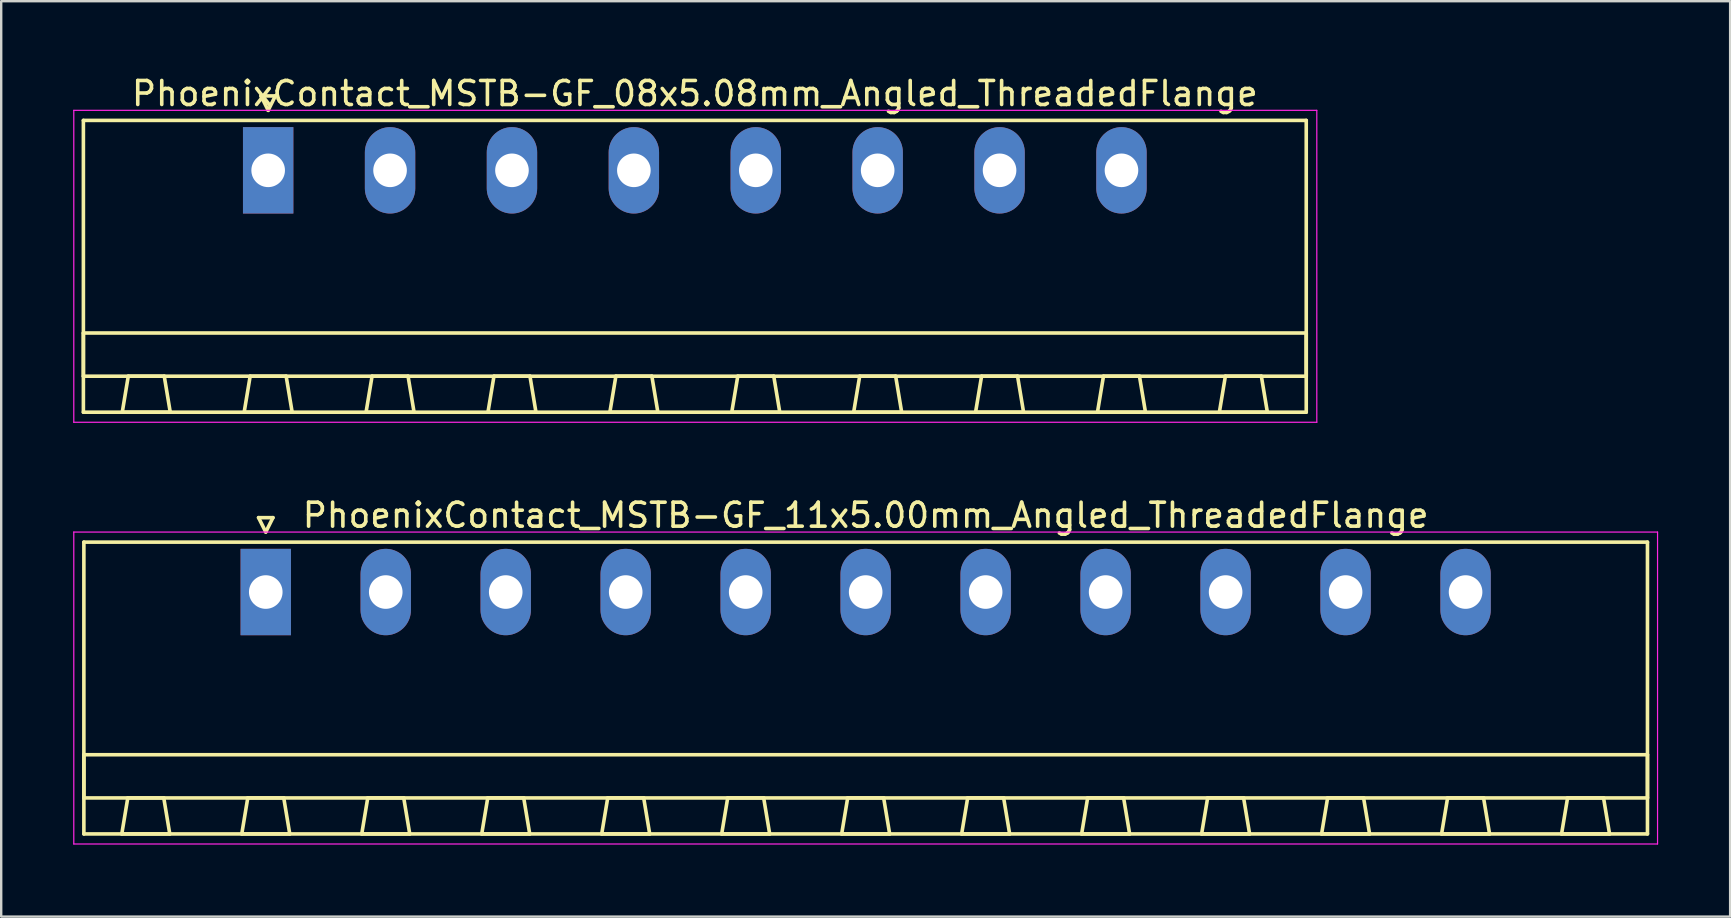
<source format=kicad_pcb>
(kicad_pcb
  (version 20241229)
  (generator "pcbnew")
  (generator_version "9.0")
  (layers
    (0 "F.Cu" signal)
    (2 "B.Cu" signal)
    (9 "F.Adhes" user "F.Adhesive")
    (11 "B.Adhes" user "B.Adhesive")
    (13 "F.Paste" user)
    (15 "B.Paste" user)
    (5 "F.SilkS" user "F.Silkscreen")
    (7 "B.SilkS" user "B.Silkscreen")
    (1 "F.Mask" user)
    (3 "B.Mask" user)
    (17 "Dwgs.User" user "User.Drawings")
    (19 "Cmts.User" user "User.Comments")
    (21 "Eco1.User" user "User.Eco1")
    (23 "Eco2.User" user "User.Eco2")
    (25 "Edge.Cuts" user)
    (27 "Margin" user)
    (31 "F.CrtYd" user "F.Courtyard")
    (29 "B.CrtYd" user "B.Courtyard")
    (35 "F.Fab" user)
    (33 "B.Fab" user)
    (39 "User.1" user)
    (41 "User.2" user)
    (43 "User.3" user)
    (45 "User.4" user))
  (footprint "PhoenixContact_MSTB-GF_11x5.00mm_Angled_ThreadedFlange"
    (layer "F.Cu")
    (at 8.025 21.622)
    (property "Reference" "PhoenixContact_MSTB-GF_11x5.00mm_Angled_ThreadedFlange" (at 25 -3.2 0) (layer "F.SilkS") (effects (font (size 1 1) (thickness 0.15))))
    (attr through_hole)
    (fp_line (start -7.58 -2.08) (end -7.58 10.08) (stroke (width 0.15) (type solid)) (layer "F.SilkS"))
    (fp_line (start -7.58 6.78) (end 57.58 6.78) (stroke (width 0.15) (type solid)) (layer "F.SilkS"))
    (fp_line (start -7.58 8.58) (end -7.58 6.78) (stroke (width 0.15) (type solid)) (layer "F.SilkS"))
    (fp_line (start -7.58 10.08) (end 57.58 10.08) (stroke (width 0.15) (type solid)) (layer "F.SilkS"))
    (fp_line (start -6 10.08) (end -4 10.08) (stroke (width 0.15) (type solid)) (layer "F.SilkS"))
    (fp_line (start -5.75 8.58) (end -6 10.08) (stroke (width 0.15) (type solid)) (layer "F.SilkS"))
    (fp_line (start -4.25 8.58) (end -5.75 8.58) (stroke (width 0.15) (type solid)) (layer "F.SilkS"))
    (fp_line (start -4 10.08) (end -4.25 8.58) (stroke (width 0.15) (type solid)) (layer "F.SilkS"))
    (fp_line (start -1 10.08) (end 1 10.08) (stroke (width 0.15) (type solid)) (layer "F.SilkS"))
    (fp_line (start -0.75 8.58) (end -1 10.08) (stroke (width 0.15) (type solid)) (layer "F.SilkS"))
    (fp_line (start -0.3 -3.1) (end 0 -2.5) (stroke (width 0.15) (type solid)) (layer "F.SilkS"))
    (fp_line (start 0 -2.5) (end 0.3 -3.1) (stroke (width 0.15) (type solid)) (layer "F.SilkS"))
    (fp_line (start 0.3 -3.1) (end -0.3 -3.1) (stroke (width 0.15) (type solid)) (layer "F.SilkS"))
    (fp_line (start 0.75 8.58) (end -0.75 8.58) (stroke (width 0.15) (type solid)) (layer "F.SilkS"))
    (fp_line (start 1 10.08) (end 0.75 8.58) (stroke (width 0.15) (type solid)) (layer "F.SilkS"))
    (fp_line (start 4 10.08) (end 6 10.08) (stroke (width 0.15) (type solid)) (layer "F.SilkS"))
    (fp_line (start 4.25 8.58) (end 4 10.08) (stroke (width 0.15) (type solid)) (layer "F.SilkS"))
    (fp_line (start 5.75 8.58) (end 4.25 8.58) (stroke (width 0.15) (type solid)) (layer "F.SilkS"))
    (fp_line (start 6 10.08) (end 5.75 8.58) (stroke (width 0.15) (type solid)) (layer "F.SilkS"))
    (fp_line (start 9 10.08) (end 11 10.08) (stroke (width 0.15) (type solid)) (layer "F.SilkS"))
    (fp_line (start 9.25 8.58) (end 9 10.08) (stroke (width 0.15) (type solid)) (layer "F.SilkS"))
    (fp_line (start 10.75 8.58) (end 9.25 8.58) (stroke (width 0.15) (type solid)) (layer "F.SilkS"))
    (fp_line (start 11 10.08) (end 10.75 8.58) (stroke (width 0.15) (type solid)) (layer "F.SilkS"))
    (fp_line (start 14 10.08) (end 16 10.08) (stroke (width 0.15) (type solid)) (layer "F.SilkS"))
    (fp_line (start 14.25 8.58) (end 14 10.08) (stroke (width 0.15) (type solid)) (layer "F.SilkS"))
    (fp_line (start 15.75 8.58) (end 14.25 8.58) (stroke (width 0.15) (type solid)) (layer "F.SilkS"))
    (fp_line (start 16 10.08) (end 15.75 8.58) (stroke (width 0.15) (type solid)) (layer "F.SilkS"))
    (fp_line (start 19 10.08) (end 21 10.08) (stroke (width 0.15) (type solid)) (layer "F.SilkS"))
    (fp_line (start 19.25 8.58) (end 19 10.08) (stroke (width 0.15) (type solid)) (layer "F.SilkS"))
    (fp_line (start 20.75 8.58) (end 19.25 8.58) (stroke (width 0.15) (type solid)) (layer "F.SilkS"))
    (fp_line (start 21 10.08) (end 20.75 8.58) (stroke (width 0.15) (type solid)) (layer "F.SilkS"))
    (fp_line (start 24 10.08) (end 26 10.08) (stroke (width 0.15) (type solid)) (layer "F.SilkS"))
    (fp_line (start 24.25 8.58) (end 24 10.08) (stroke (width 0.15) (type solid)) (layer "F.SilkS"))
    (fp_line (start 25.75 8.58) (end 24.25 8.58) (stroke (width 0.15) (type solid)) (layer "F.SilkS"))
    (fp_line (start 26 10.08) (end 25.75 8.58) (stroke (width 0.15) (type solid)) (layer "F.SilkS"))
    (fp_line (start 29 10.08) (end 31 10.08) (stroke (width 0.15) (type solid)) (layer "F.SilkS"))
    (fp_line (start 29.25 8.58) (end 29 10.08) (stroke (width 0.15) (type solid)) (layer "F.SilkS"))
    (fp_line (start 30.75 8.58) (end 29.25 8.58) (stroke (width 0.15) (type solid)) (layer "F.SilkS"))
    (fp_line (start 31 10.08) (end 30.75 8.58) (stroke (width 0.15) (type solid)) (layer "F.SilkS"))
    (fp_line (start 34 10.08) (end 36 10.08) (stroke (width 0.15) (type solid)) (layer "F.SilkS"))
    (fp_line (start 34.25 8.58) (end 34 10.08) (stroke (width 0.15) (type solid)) (layer "F.SilkS"))
    (fp_line (start 35.75 8.58) (end 34.25 8.58) (stroke (width 0.15) (type solid)) (layer "F.SilkS"))
    (fp_line (start 36 10.08) (end 35.75 8.58) (stroke (width 0.15) (type solid)) (layer "F.SilkS"))
    (fp_line (start 39 10.08) (end 41 10.08) (stroke (width 0.15) (type solid)) (layer "F.SilkS"))
    (fp_line (start 39.25 8.58) (end 39 10.08) (stroke (width 0.15) (type solid)) (layer "F.SilkS"))
    (fp_line (start 40.75 8.58) (end 39.25 8.58) (stroke (width 0.15) (type solid)) (layer "F.SilkS"))
    (fp_line (start 41 10.08) (end 40.75 8.58) (stroke (width 0.15) (type solid)) (layer "F.SilkS"))
    (fp_line (start 44 10.08) (end 46 10.08) (stroke (width 0.15) (type solid)) (layer "F.SilkS"))
    (fp_line (start 44.25 8.58) (end 44 10.08) (stroke (width 0.15) (type solid)) (layer "F.SilkS"))
    (fp_line (start 45.75 8.58) (end 44.25 8.58) (stroke (width 0.15) (type solid)) (layer "F.SilkS"))
    (fp_line (start 46 10.08) (end 45.75 8.58) (stroke (width 0.15) (type solid)) (layer "F.SilkS"))
    (fp_line (start 49 10.08) (end 51 10.08) (stroke (width 0.15) (type solid)) (layer "F.SilkS"))
    (fp_line (start 49.25 8.58) (end 49 10.08) (stroke (width 0.15) (type solid)) (layer "F.SilkS"))
    (fp_line (start 50.75 8.58) (end 49.25 8.58) (stroke (width 0.15) (type solid)) (layer "F.SilkS"))
    (fp_line (start 51 10.08) (end 50.75 8.58) (stroke (width 0.15) (type solid)) (layer "F.SilkS"))
    (fp_line (start 54 10.08) (end 56 10.08) (stroke (width 0.15) (type solid)) (layer "F.SilkS"))
    (fp_line (start 54.25 8.58) (end 54 10.08) (stroke (width 0.15) (type solid)) (layer "F.SilkS"))
    (fp_line (start 55.75 8.58) (end 54.25 8.58) (stroke (width 0.15) (type solid)) (layer "F.SilkS"))
    (fp_line (start 56 10.08) (end 55.75 8.58) (stroke (width 0.15) (type solid)) (layer "F.SilkS"))
    (fp_line (start 57.58 -2.08) (end -7.58 -2.08) (stroke (width 0.15) (type solid)) (layer "F.SilkS"))
    (fp_line (start 57.58 6.78) (end 57.58 8.58) (stroke (width 0.15) (type solid)) (layer "F.SilkS"))
    (fp_line (start 57.58 8.58) (end -7.58 8.58) (stroke (width 0.15) (type solid)) (layer "F.SilkS"))
    (fp_line (start 57.58 10.08) (end 57.58 -2.08) (stroke (width 0.15) (type solid)) (layer "F.SilkS"))
    (fp_line (start -8 -2.5) (end -8 10.5) (stroke (width 0.05) (type solid)) (layer "F.CrtYd"))
    (fp_line (start -8 10.5) (end 58 10.5) (stroke (width 0.05) (type solid)) (layer "F.CrtYd"))
    (fp_line (start 58 -2.5) (end -8 -2.5) (stroke (width 0.05) (type solid)) (layer "F.CrtYd"))
    (fp_line (start 58 10.5) (end 58 -2.5) (stroke (width 0.05) (type solid)) (layer "F.CrtYd"))
    (pad "1" thru_hole rect (at 0 0) (size 2.1 3.6) (drill 1.4) (layers "*.Cu" "*.Mask"))
    (pad "2" thru_hole oval (at 5 0) (size 2.1 3.6) (drill 1.4) (layers "*.Cu" "*.Mask"))
    (pad "3" thru_hole oval (at 10 0) (size 2.1 3.6) (drill 1.4) (layers "*.Cu" "*.Mask"))
    (pad "4" thru_hole oval (at 15 0) (size 2.1 3.6) (drill 1.4) (layers "*.Cu" "*.Mask"))
    (pad "5" thru_hole oval (at 20 0) (size 2.1 3.6) (drill 1.4) (layers "*.Cu" "*.Mask"))
    (pad "6" thru_hole oval (at 25 0) (size 2.1 3.6) (drill 1.4) (layers "*.Cu" "*.Mask"))
    (pad "7" thru_hole oval (at 30 0) (size 2.1 3.6) (drill 1.4) (layers "*.Cu" "*.Mask"))
    (pad "8" thru_hole oval (at 35 0) (size 2.1 3.6) (drill 1.4) (layers "*.Cu" "*.Mask"))
    (pad "9" thru_hole oval (at 40 0) (size 2.1 3.6) (drill 1.4) (layers "*.Cu" "*.Mask"))
    (pad "10" thru_hole oval (at 45 0) (size 2.1 3.6) (drill 1.4) (layers "*.Cu" "*.Mask"))
    (pad "11" thru_hole oval (at 50 0) (size 2.1 3.6) (drill 1.4) (layers "*.Cu" "*.Mask")))
  (footprint "PhoenixContact_MSTB-GF_08x5.08mm_Angled_ThreadedFlange"
    (layer "F.Cu")
    (at 8.125 4.048)
    (property "Reference" "PhoenixContact_MSTB-GF_08x5.08mm_Angled_ThreadedFlange" (at 17.78 -3.2 0) (layer "F.SilkS") (effects (font (size 1 1) (thickness 0.15))))
    (attr through_hole)
    (fp_line (start -7.7 -2.08) (end -7.7 10.08) (stroke (width 0.15) (type solid)) (layer "F.SilkS"))
    (fp_line (start -7.7 6.78) (end 43.26 6.78) (stroke (width 0.15) (type solid)) (layer "F.SilkS"))
    (fp_line (start -7.7 8.58) (end -7.7 6.78) (stroke (width 0.15) (type solid)) (layer "F.SilkS"))
    (fp_line (start -7.7 10.08) (end 43.26 10.08) (stroke (width 0.15) (type solid)) (layer "F.SilkS"))
    (fp_line (start -6.08 10.08) (end -4.08 10.08) (stroke (width 0.15) (type solid)) (layer "F.SilkS"))
    (fp_line (start -5.83 8.58) (end -6.08 10.08) (stroke (width 0.15) (type solid)) (layer "F.SilkS"))
    (fp_line (start -4.33 8.58) (end -5.83 8.58) (stroke (width 0.15) (type solid)) (layer "F.SilkS"))
    (fp_line (start -4.08 10.08) (end -4.33 8.58) (stroke (width 0.15) (type solid)) (layer "F.SilkS"))
    (fp_line (start -1 10.08) (end 1 10.08) (stroke (width 0.15) (type solid)) (layer "F.SilkS"))
    (fp_line (start -0.75 8.58) (end -1 10.08) (stroke (width 0.15) (type solid)) (layer "F.SilkS"))
    (fp_line (start -0.3 -3.1) (end 0 -2.5) (stroke (width 0.15) (type solid)) (layer "F.SilkS"))
    (fp_line (start 0 -2.5) (end 0.3 -3.1) (stroke (width 0.15) (type solid)) (layer "F.SilkS"))
    (fp_line (start 0.3 -3.1) (end -0.3 -3.1) (stroke (width 0.15) (type solid)) (layer "F.SilkS"))
    (fp_line (start 0.75 8.58) (end -0.75 8.58) (stroke (width 0.15) (type solid)) (layer "F.SilkS"))
    (fp_line (start 1 10.08) (end 0.75 8.58) (stroke (width 0.15) (type solid)) (layer "F.SilkS"))
    (fp_line (start 4.08 10.08) (end 6.08 10.08) (stroke (width 0.15) (type solid)) (layer "F.SilkS"))
    (fp_line (start 4.33 8.58) (end 4.08 10.08) (stroke (width 0.15) (type solid)) (layer "F.SilkS"))
    (fp_line (start 5.83 8.58) (end 4.33 8.58) (stroke (width 0.15) (type solid)) (layer "F.SilkS"))
    (fp_line (start 6.08 10.08) (end 5.83 8.58) (stroke (width 0.15) (type solid)) (layer "F.SilkS"))
    (fp_line (start 9.16 10.08) (end 11.16 10.08) (stroke (width 0.15) (type solid)) (layer "F.SilkS"))
    (fp_line (start 9.41 8.58) (end 9.16 10.08) (stroke (width 0.15) (type solid)) (layer "F.SilkS"))
    (fp_line (start 10.91 8.58) (end 9.41 8.58) (stroke (width 0.15) (type solid)) (layer "F.SilkS"))
    (fp_line (start 11.16 10.08) (end 10.91 8.58) (stroke (width 0.15) (type solid)) (layer "F.SilkS"))
    (fp_line (start 14.24 10.08) (end 16.24 10.08) (stroke (width 0.15) (type solid)) (layer "F.SilkS"))
    (fp_line (start 14.49 8.58) (end 14.24 10.08) (stroke (width 0.15) (type solid)) (layer "F.SilkS"))
    (fp_line (start 15.99 8.58) (end 14.49 8.58) (stroke (width 0.15) (type solid)) (layer "F.SilkS"))
    (fp_line (start 16.24 10.08) (end 15.99 8.58) (stroke (width 0.15) (type solid)) (layer "F.SilkS"))
    (fp_line (start 19.32 10.08) (end 21.32 10.08) (stroke (width 0.15) (type solid)) (layer "F.SilkS"))
    (fp_line (start 19.57 8.58) (end 19.32 10.08) (stroke (width 0.15) (type solid)) (layer "F.SilkS"))
    (fp_line (start 21.07 8.58) (end 19.57 8.58) (stroke (width 0.15) (type solid)) (layer "F.SilkS"))
    (fp_line (start 21.32 10.08) (end 21.07 8.58) (stroke (width 0.15) (type solid)) (layer "F.SilkS"))
    (fp_line (start 24.4 10.08) (end 26.4 10.08) (stroke (width 0.15) (type solid)) (layer "F.SilkS"))
    (fp_line (start 24.65 8.58) (end 24.4 10.08) (stroke (width 0.15) (type solid)) (layer "F.SilkS"))
    (fp_line (start 26.15 8.58) (end 24.65 8.58) (stroke (width 0.15) (type solid)) (layer "F.SilkS"))
    (fp_line (start 26.4 10.08) (end 26.15 8.58) (stroke (width 0.15) (type solid)) (layer "F.SilkS"))
    (fp_line (start 29.48 10.08) (end 31.48 10.08) (stroke (width 0.15) (type solid)) (layer "F.SilkS"))
    (fp_line (start 29.73 8.58) (end 29.48 10.08) (stroke (width 0.15) (type solid)) (layer "F.SilkS"))
    (fp_line (start 31.23 8.58) (end 29.73 8.58) (stroke (width 0.15) (type solid)) (layer "F.SilkS"))
    (fp_line (start 31.48 10.08) (end 31.23 8.58) (stroke (width 0.15) (type solid)) (layer "F.SilkS"))
    (fp_line (start 34.56 10.08) (end 36.56 10.08) (stroke (width 0.15) (type solid)) (layer "F.SilkS"))
    (fp_line (start 34.81 8.58) (end 34.56 10.08) (stroke (width 0.15) (type solid)) (layer "F.SilkS"))
    (fp_line (start 36.31 8.58) (end 34.81 8.58) (stroke (width 0.15) (type solid)) (layer "F.SilkS"))
    (fp_line (start 36.56 10.08) (end 36.31 8.58) (stroke (width 0.15) (type solid)) (layer "F.SilkS"))
    (fp_line (start 39.64 10.08) (end 41.64 10.08) (stroke (width 0.15) (type solid)) (layer "F.SilkS"))
    (fp_line (start 39.89 8.58) (end 39.64 10.08) (stroke (width 0.15) (type solid)) (layer "F.SilkS"))
    (fp_line (start 41.39 8.58) (end 39.89 8.58) (stroke (width 0.15) (type solid)) (layer "F.SilkS"))
    (fp_line (start 41.64 10.08) (end 41.39 8.58) (stroke (width 0.15) (type solid)) (layer "F.SilkS"))
    (fp_line (start 43.26 -2.08) (end -7.7 -2.08) (stroke (width 0.15) (type solid)) (layer "F.SilkS"))
    (fp_line (start 43.26 6.78) (end 43.26 8.58) (stroke (width 0.15) (type solid)) (layer "F.SilkS"))
    (fp_line (start 43.26 8.58) (end -7.7 8.58) (stroke (width 0.15) (type solid)) (layer "F.SilkS"))
    (fp_line (start 43.26 10.08) (end 43.26 -2.08) (stroke (width 0.15) (type solid)) (layer "F.SilkS"))
    (fp_line (start -8.1 -2.5) (end -8.1 10.5) (stroke (width 0.05) (type solid)) (layer "F.CrtYd"))
    (fp_line (start -8.1 10.5) (end 43.7 10.5) (stroke (width 0.05) (type solid)) (layer "F.CrtYd"))
    (fp_line (start 43.7 -2.5) (end -8.1 -2.5) (stroke (width 0.05) (type solid)) (layer "F.CrtYd"))
    (fp_line (start 43.7 10.5) (end 43.7 -2.5) (stroke (width 0.05) (type solid)) (layer "F.CrtYd"))
    (pad "1" thru_hole rect (at 0 0) (size 2.1 3.6) (drill 1.4) (layers "*.Cu" "*.Mask"))
    (pad "2" thru_hole oval (at 5.08 0) (size 2.1 3.6) (drill 1.4) (layers "*.Cu" "*.Mask"))
    (pad "3" thru_hole oval (at 10.16 0) (size 2.1 3.6) (drill 1.4) (layers "*.Cu" "*.Mask"))
    (pad "4" thru_hole oval (at 15.24 0) (size 2.1 3.6) (drill 1.4) (layers "*.Cu" "*.Mask"))
    (pad "5" thru_hole oval (at 20.32 0) (size 2.1 3.6) (drill 1.4) (layers "*.Cu" "*.Mask"))
    (pad "6" thru_hole oval (at 25.4 0) (size 2.1 3.6) (drill 1.4) (layers "*.Cu" "*.Mask"))
    (pad "7" thru_hole oval (at 30.48 0) (size 2.1 3.6) (drill 1.4) (layers "*.Cu" "*.Mask"))
    (pad "8" thru_hole oval (at 35.56 0) (size 2.1 3.6) (drill 1.4) (layers "*.Cu" "*.Mask")))
  (gr_rect
    (start -3 -3)
    (end 69.05 35.147)
    (stroke (width 0.1) (type default))
    (fill no)
    (layer "Edge.Cuts")))
</source>
